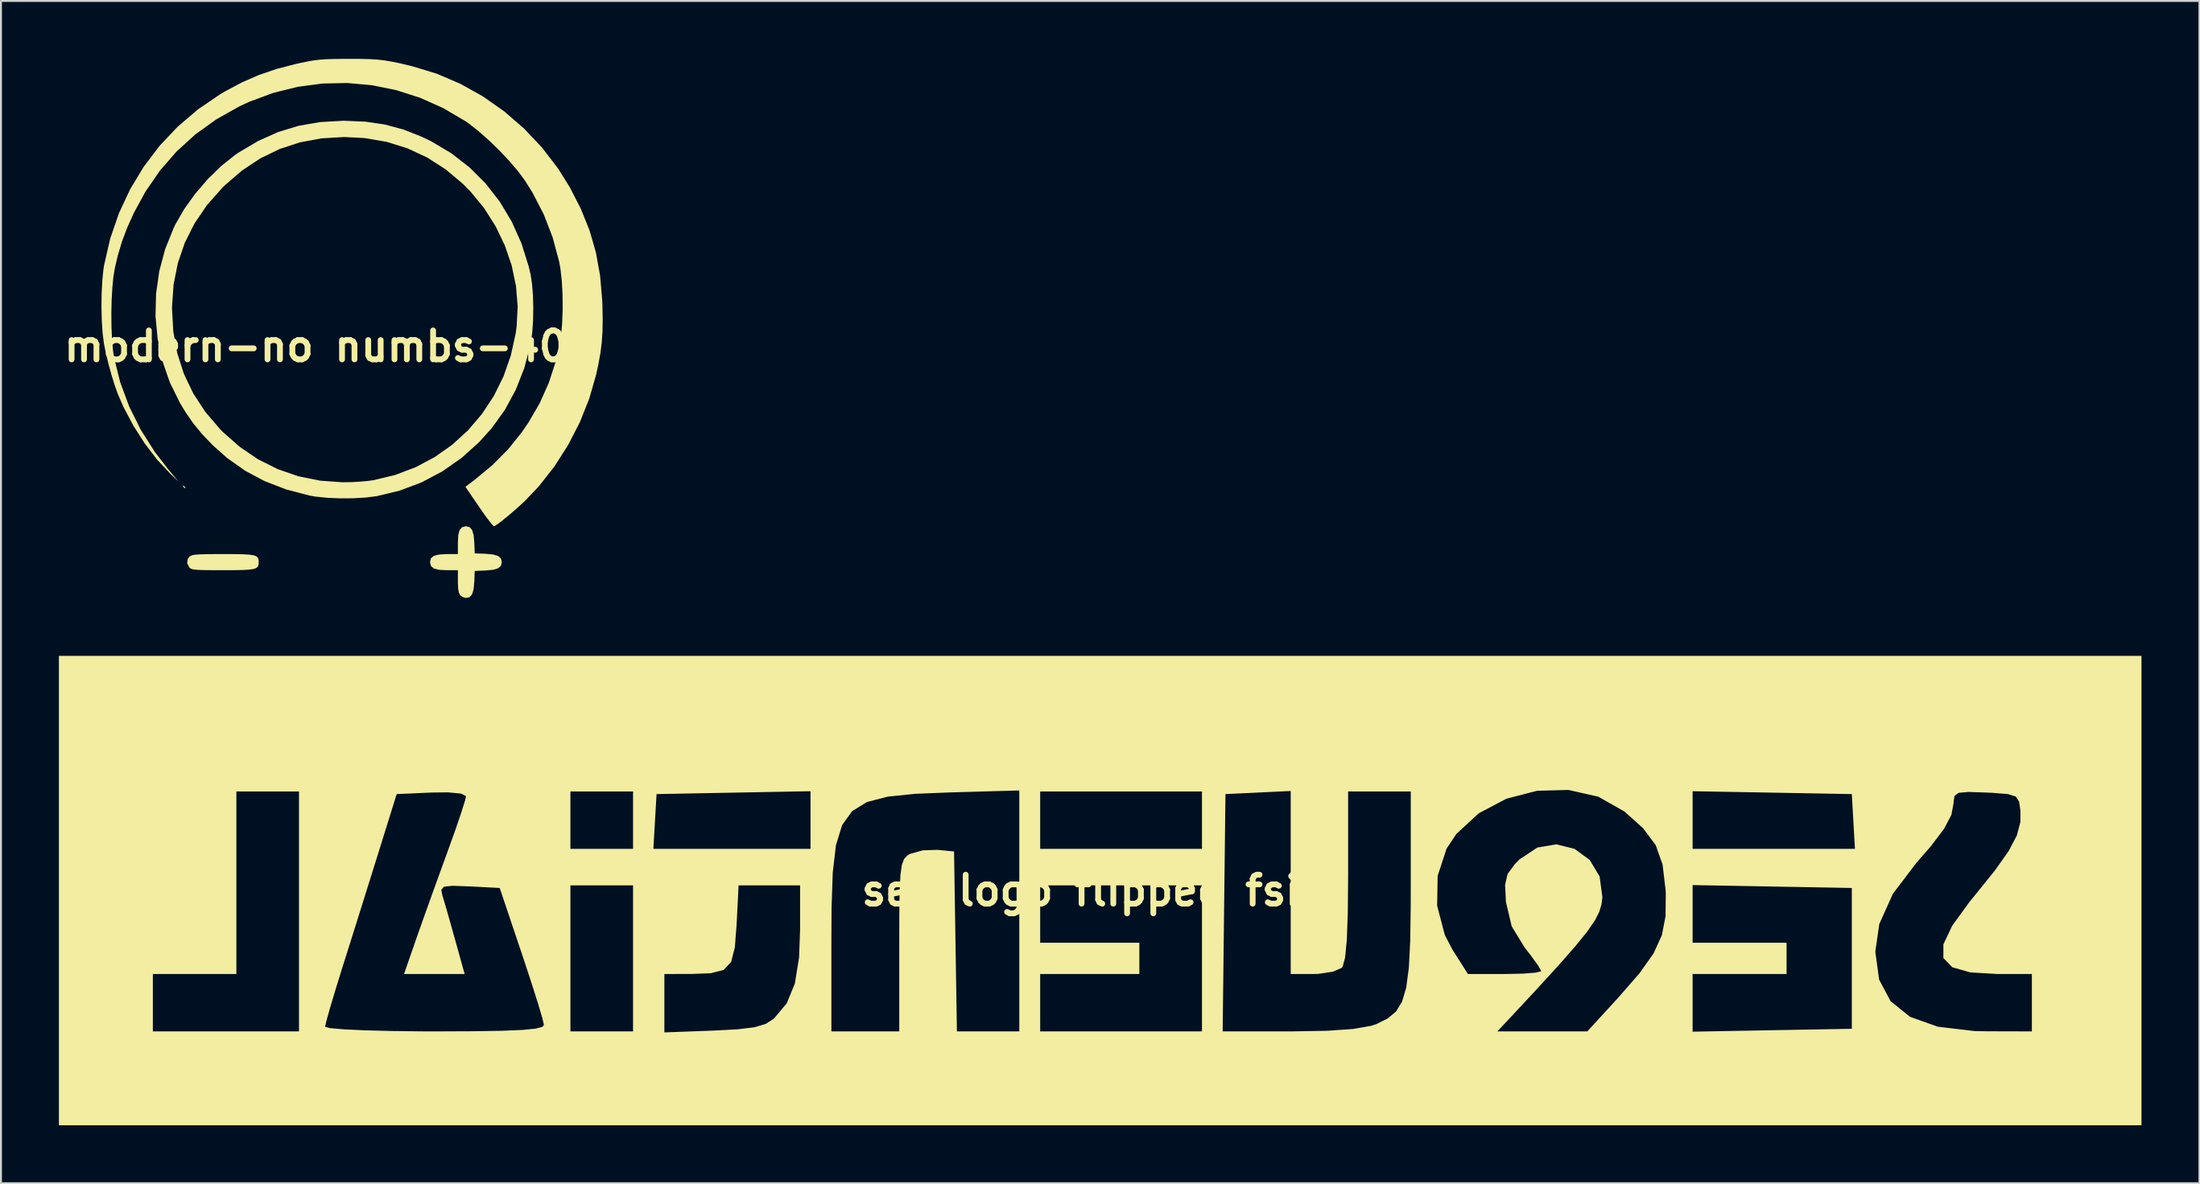
<source format=kicad_pcb>
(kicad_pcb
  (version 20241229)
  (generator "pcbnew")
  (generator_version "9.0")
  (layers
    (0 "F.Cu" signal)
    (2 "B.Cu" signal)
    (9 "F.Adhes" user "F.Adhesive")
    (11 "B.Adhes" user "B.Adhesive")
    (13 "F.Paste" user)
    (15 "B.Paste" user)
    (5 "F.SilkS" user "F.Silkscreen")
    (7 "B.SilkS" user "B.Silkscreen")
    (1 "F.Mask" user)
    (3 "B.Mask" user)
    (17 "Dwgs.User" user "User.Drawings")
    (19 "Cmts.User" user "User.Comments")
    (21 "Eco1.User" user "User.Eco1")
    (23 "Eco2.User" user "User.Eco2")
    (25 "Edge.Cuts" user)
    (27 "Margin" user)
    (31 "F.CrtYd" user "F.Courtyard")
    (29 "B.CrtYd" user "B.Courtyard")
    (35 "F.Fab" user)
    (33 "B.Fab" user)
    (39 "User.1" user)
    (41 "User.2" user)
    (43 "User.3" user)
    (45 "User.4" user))
  (footprint "seq logo flipped fsilk"
    (layer "F.Cu")
    (at 53.907 43.091)
    (property "Reference" "seq logo flipped fsilk" (at 0 0 0) (layer "F.SilkS") (effects (font (size 1.5 1.5) (thickness 0.3))))
    (attr board_only exclude_from_pos_files exclude_from_bom)
    (fp_poly (pts (xy 53.907 0) (xy 53.907 12.16) (xy -0.000001 12.16) (xy -53.907 12.16) (xy -53.907 4.323) (xy -49.044 4.323) (xy -49.044 5.81) (xy -49.044 7.296) (xy -45.261 7.296) (xy -41.478 7.296) (xy -41.478 7.056) (xy -40.127 7.056) (xy -39.869 7.127) (xy -39.15 7.19) (xy -38.047 7.241) (xy -36.639 7.277) (xy -35.003 7.295) (xy -34.452 7.296) (xy -32.468 7.288) (xy -30.971 7.264) (xy -29.909 7.22) (xy -29.228 7.153) (xy -28.877 7.059) (xy -28.796 6.958) (xy -28.886 6.587) (xy -29.117 5.811) (xy -29.457 4.739) (xy -29.86 3.513) (xy -27.427 3.513) (xy -27.427 7.296) (xy -25.805 7.296) (xy -24.184 7.296) (xy -24.184 4.323) (xy -22.563 4.323) (xy -22.563 5.836) (xy -22.563 7.348) (xy -20.024 7.254) (xy -18.746 7.186) (xy -17.884 7.079) (xy -17.312 6.906) (xy -16.905 6.643) (xy -16.879 6.62) (xy -16.229 5.841) (xy -15.808 4.82) (xy -15.588 3.457) (xy -15.555 2.54) (xy -13.916 2.54) (xy -13.916 7.296) (xy -12.16 7.296) (xy -10.403 7.296) (xy -10.403 2.847) (xy -10.4 1.197) (xy -10.382 0.006) (xy -10.342 -0.809) (xy -10.268 -1.33) (xy -10.152 -1.638) (xy -9.984 -1.817) (xy -9.85 -1.898) (xy -9.184 -2.086) (xy -8.432 -2.11) (xy -7.566 -2.027) (xy -7.492 2.635) (xy -7.418 7.296) (xy -5.803 7.296) (xy -4.188 7.296) (xy -4.188 1.216) (xy -3.107 1.216) (xy -3.107 2.702) (xy -0.54 2.702) (xy 2.027 2.702) (xy 2.027 3.513) (xy 2.027 4.323) (xy -0.54 4.323) (xy -3.107 4.323) (xy -3.107 5.81) (xy -3.107 7.296) (xy 1.081 7.296) (xy 5.269 7.296) (xy 6.34 7.296) (xy 9.866 7.296) (xy 11.727 7.265) (xy 13.099 7.17) (xy 14.028 7.007) (xy 14.312 6.912) (xy 14.88 6.628) (xy 15.313 6.267) (xy 15.628 5.755) (xy 15.844 5.021) (xy 15.979 3.993) (xy 16.05 2.598) (xy 16.076 0.783) (xy 17.443 0.783) (xy 17.84 2.298) (xy 18.233 3.055) (xy 19.038 4.323) (xy 20.936 4.323) (xy 21.87 4.304) (xy 22.547 4.252) (xy 22.831 4.179) (xy 22.833 4.172) (xy 22.678 3.893) (xy 22.282 3.345) (xy 21.983 2.964) (xy 21.305 1.859) (xy 21.009 0.606) (xy 21.004 0.561) (xy 20.961 -0.293) (xy 21.087 -0.855) (xy 21.462 -1.365) (xy 21.698 -1.609) (xy 22.631 -2.23) (xy 23.621 -2.395) (xy 24.559 -2.161) (xy 25.34 -1.588) (xy 25.855 -0.732) (xy 25.998 0.347) (xy 25.952 0.708) (xy 25.836 1.103) (xy 25.603 1.559) (xy 25.206 2.133) (xy 24.6 2.881) (xy 23.742 3.86) (xy 22.584 5.127) (xy 21.509 6.282) (xy 20.562 7.296) (xy 22.889 7.296) (xy 25.217 7.296) (xy 26.837 5.528) (xy 27.919 4.284) (xy 28.647 3.257) (xy 29.077 2.314) (xy 29.269 1.323) (xy 29.27 1.209) (xy 30.669 1.209) (xy 30.669 2.702) (xy 33.101 2.702) (xy 35.533 2.702) (xy 35.533 3.513) (xy 35.533 4.323) (xy 33.101 4.323) (xy 30.669 4.323) (xy 30.669 5.817) (xy 30.669 7.31) (xy 34.79 7.235) (xy 38.911 7.161) (xy 38.911 3.513) (xy 38.911 3.164) (xy 40.128 3.164) (xy 40.323 4.608) (xy 40.917 5.73) (xy 41.925 6.541) (xy 43.363 7.053) (xy 45.247 7.277) (xy 45.869 7.29) (xy 48.233 7.296) (xy 48.233 5.81) (xy 48.233 4.323) (xy 46.459 4.323) (xy 45.047 4.24) (xy 44.114 3.972) (xy 43.651 3.495) (xy 43.652 2.785) (xy 44.11 1.817) (xy 45.018 0.566) (xy 45.276 0.252) (xy 46.32 -1.043) (xy 47.03 -2.048) (xy 47.452 -2.852) (xy 47.637 -3.547) (xy 47.641 -4.138) (xy 47.573 -4.608) (xy 47.399 -4.873) (xy 46.988 -5.001) (xy 46.209 -5.063) (xy 45.869 -5.079) (xy 44.947 -5.11) (xy 44.442 -5.065) (xy 44.227 -4.904) (xy 44.18 -4.586) (xy 44.18 -4.532) (xy 44.066 -3.924) (xy 43.69 -3.206) (xy 42.996 -2.288) (xy 42.26 -1.445) (xy 41.037 0.166) (xy 40.333 1.734) (xy 40.128 3.164) (xy 38.911 3.164) (xy 38.911 -0.135) (xy 34.79 -0.21) (xy 30.669 -0.284) (xy 30.669 1.209) (xy 29.27 1.209) (xy 29.28 0.152) (xy 29.271 -0.025) (xy 29.115 -1.347) (xy 28.758 -2.355) (xy 28.101 -3.234) (xy 27.632 -3.655) (xy 30.669 -3.655) (xy 30.669 -2.162) (xy 34.872 -2.162) (xy 39.074 -2.162) (xy 38.992 -3.58) (xy 38.911 -4.999) (xy 34.79 -5.074) (xy 30.669 -5.148) (xy 30.669 -3.655) (xy 27.632 -3.655) (xy 27.136 -4.1) (xy 25.786 -4.865) (xy 24.241 -5.214) (xy 22.617 -5.171) (xy 21.03 -4.76) (xy 19.598 -4.005) (xy 18.437 -2.932) (xy 17.929 -2.166) (xy 17.47 -0.761) (xy 17.443 0.783) (xy 16.076 0.783) (xy 16.076 0.765) (xy 16.078 -0.122) (xy 16.078 -5.134) (xy 14.456 -5.134) (xy 12.835 -5.134) (xy 12.835 -0.73) (xy 12.818 1.167) (xy 12.767 2.557) (xy 12.678 3.472) (xy 12.55 3.945) (xy 12.511 3.999) (xy 12.053 4.201) (xy 11.301 4.315) (xy 11.025 4.323) (xy 9.863 4.323) (xy 9.863 -0.418) (xy 9.863 -5.16) (xy 8.174 -5.079) (xy 6.485 -4.999) (xy 6.412 1.148) (xy 6.34 7.296) (xy 5.269 7.296) (xy 5.269 3.513) (xy 5.269 -0.27) (xy 1.081 -0.27) (xy -3.107 -0.27) (xy -3.107 1.216) (xy -4.188 1.216) (xy -4.188 1.054) (xy -4.188 -3.648) (xy -3.107 -3.648) (xy -3.107 -2.162) (xy 1.081 -2.162) (xy 5.269 -2.162) (xy 5.269 -3.648) (xy 5.269 -5.134) (xy 1.081 -5.134) (xy -3.107 -5.134) (xy -3.107 -3.648) (xy -4.188 -3.648) (xy -4.188 -5.187) (xy -7.769 -5.086) (xy -9.583 -5.013) (xy -11.001 -4.867) (xy -12.071 -4.589) (xy -12.841 -4.118) (xy -13.361 -3.392) (xy -13.68 -2.351) (xy -13.846 -0.935) (xy -13.908 0.917) (xy -13.916 2.54) (xy -15.555 2.54) (xy -15.537 2.035) (xy -15.537 -0.27) (xy -17.129 -0.27) (xy -18.721 -0.27) (xy -18.824 1.77) (xy -18.916 2.956) (xy -19.109 3.703) (xy -19.494 4.112) (xy -20.165 4.284) (xy -21.144 4.319) (xy -22.563 4.323) (xy -24.184 4.323) (xy -24.184 3.513) (xy -24.184 -0.27) (xy -25.805 -0.27) (xy -27.427 -0.27) (xy -27.427 3.513) (xy -29.86 3.513) (xy -29.872 3.477) (xy -29.951 3.243) (xy -31.087 -0.135) (xy -32.657 -0.217) (xy -33.531 -0.248) (xy -33.979 -0.199) (xy -34.112 -0.035) (xy -34.06 0.229) (xy -33.904 0.753) (xy -33.659 1.608) (xy -33.398 2.54) (xy -32.903 4.323) (xy -34.472 4.323) (xy -36.041 4.323) (xy -35.408 2.499) (xy -35.025 1.413) (xy -34.536 0.048) (xy -34.023 -1.37) (xy -33.803 -1.972) (xy -33.399 -3.097) (xy -33.211 -3.648) (xy -27.427 -3.648) (xy -27.427 -2.162) (xy -25.805 -2.162) (xy -24.184 -2.162) (xy -23.131 -2.162) (xy -19.064 -2.162) (xy -14.997 -2.162) (xy -14.997 -3.655) (xy -14.997 -5.148) (xy -18.982 -5.074) (xy -22.968 -4.999) (xy -23.05 -3.58) (xy -23.131 -2.162) (xy -24.184 -2.162) (xy -24.184 -3.648) (xy -24.184 -5.134) (xy -25.805 -5.134) (xy -27.427 -5.134) (xy -27.427 -3.648) (xy -33.211 -3.648) (xy -33.077 -4.04) (xy -32.877 -4.681) (xy -32.831 -4.89) (xy -33.082 -5.025) (xy -33.769 -5.089) (xy -34.626 -5.079) (xy -36.421 -4.999) (xy -37.347 -2.027) (xy -37.85 -0.415) (xy -38.422 1.41) (xy -38.97 3.153) (xy -39.2 3.881) (xy -39.569 5.07) (xy -39.869 6.073) (xy -40.065 6.775) (xy -40.127 7.056) (xy -41.478 7.056) (xy -41.478 1.081) (xy -41.478 -5.134) (xy -43.099 -5.134) (xy -44.72 -5.134) (xy -44.72 -0.405) (xy -44.72 4.323) (xy -46.882 4.323) (xy -49.044 4.323) (xy -53.907 4.323) (xy -53.907 0) (xy -53.907 -12.16) (xy -0.000001 -12.16) (xy 53.907 -12.16)) (stroke (width 0) (type solid)) (fill yes) (layer "F.SilkS")))
  (footprint "modern-no numbs-40"
    (layer "F.Cu")
    (at 13.3 14.891)
    (property "Reference" "modern-no numbs-40" (at 0 0 0) (layer "F.SilkS") (effects (font (size 1.5 1.5) (thickness 0.3))))
    (attr board_only exclude_from_pos_files exclude_from_bom)
    (fp_poly (pts (xy -6.836 7.234) (xy -6.755 7.304) (xy -6.748 7.321) (xy -6.784 7.352) (xy -6.859 7.283) (xy -6.869 7.267) (xy -6.878 7.215)) (stroke (width 0) (type solid)) (fill yes) (layer "F.SilkS"))
    (fp_poly (pts (xy -4.22 10.768) (xy -3.779 10.776) (xy -3.455 10.795) (xy -3.228 10.827) (xy -3.083 10.878) (xy -3.002 10.951) (xy -2.965 11.051) (xy -2.957 11.181) (xy -2.957 11.184) (xy -2.965 11.314) (xy -3 11.413) (xy -3.08 11.487) (xy -3.223 11.538) (xy -3.445 11.571) (xy -3.766 11.59) (xy -4.202 11.599) (xy -4.771 11.601) (xy -4.808 11.601) (xy -5.347 11.6) (xy -5.755 11.596) (xy -6.052 11.587) (xy -6.258 11.572) (xy -6.394 11.548) (xy -6.48 11.516) (xy -6.537 11.472) (xy -6.547 11.462) (xy -6.66 11.245) (xy -6.634 11.026) (xy -6.534 10.892) (xy -6.469 10.85) (xy -6.369 10.818) (xy -6.213 10.795) (xy -5.981 10.78) (xy -5.652 10.771) (xy -5.207 10.767) (xy -4.795 10.767)) (stroke (width 0) (type solid)) (fill yes) (layer "F.SilkS"))
    (fp_poly (pts (xy 7.968 9.373) (xy 8.094 9.525) (xy 8.171 9.795) (xy 8.204 10.162) (xy 8.227 10.729) (xy 8.793 10.751) (xy 9.184 10.788) (xy 9.442 10.867) (xy 9.585 10.996) (xy 9.629 11.184) (xy 9.585 11.372) (xy 9.441 11.501) (xy 9.182 11.579) (xy 8.793 11.616) (xy 8.227 11.639) (xy 8.204 12.205) (xy 8.167 12.596) (xy 8.088 12.854) (xy 7.959 12.997) (xy 7.772 13.041) (xy 7.591 12.987) (xy 7.48 12.903) (xy 7.409 12.776) (xy 7.369 12.57) (xy 7.355 12.252) (xy 7.355 12.182) (xy 7.355 11.601) (xy 6.76 11.601) (xy 6.373 11.581) (xy 6.116 11.516) (xy 5.969 11.396) (xy 5.915 11.213) (xy 5.914 11.17) (xy 5.959 10.984) (xy 6.106 10.859) (xy 6.368 10.789) (xy 6.76 10.767) (xy 6.773 10.767) (xy 7.355 10.767) (xy 7.355 10.172) (xy 7.374 9.785) (xy 7.439 9.528) (xy 7.559 9.381) (xy 7.743 9.327) (xy 7.785 9.326)) (stroke (width 0) (type solid)) (fill yes) (layer "F.SilkS"))
    (fp_poly (pts (xy 2.566 -11.637) (xy 3.571 -11.49) (xy 4.529 -11.233) (xy 5.479 -10.858) (xy 5.981 -10.614) (xy 7.019 -9.997) (xy 7.959 -9.265) (xy 8.796 -8.428) (xy 9.525 -7.49) (xy 10.142 -6.459) (xy 10.642 -5.342) (xy 11.018 -4.146) (xy 11.121 -3.706) (xy 11.195 -3.222) (xy 11.241 -2.637) (xy 11.258 -1.996) (xy 11.247 -1.347) (xy 11.207 -0.736) (xy 11.14 -0.211) (xy 11.114 -0.076) (xy 10.789 1.139) (xy 10.349 2.258) (xy 9.79 3.29) (xy 9.107 4.242) (xy 8.454 4.967) (xy 7.533 5.794) (xy 6.537 6.489) (xy 5.473 7.051) (xy 4.346 7.477) (xy 3.161 7.763) (xy 3.135 7.768) (xy 2.573 7.838) (xy 1.926 7.875) (xy 1.244 7.878) (xy 0.578 7.849) (xy -0.021 7.787) (xy -0.341 7.731) (xy -1.544 7.414) (xy -2.646 6.988) (xy -3.66 6.448) (xy -4.594 5.787) (xy -5.343 5.118) (xy -5.884 4.554) (xy -6.334 4.008) (xy -6.739 3.425) (xy -7.037 2.929) (xy -7.558 1.871) (xy -7.942 0.762) (xy -8.189 -0.385) (xy -8.299 -1.552) (xy -8.289 -1.971) (xy -7.445 -1.971) (xy -7.38 -0.779) (xy -7.175 0.354) (xy -6.83 1.428) (xy -6.346 2.441) (xy -5.723 3.396) (xy -4.96 4.291) (xy -4.817 4.437) (xy -3.936 5.214) (xy -2.986 5.858) (xy -1.972 6.366) (xy -0.901 6.735) (xy 0.22 6.962) (xy 1.384 7.046) (xy 1.412 7.046) (xy 1.852 7.038) (xy 2.316 7.012) (xy 2.738 6.972) (xy 2.978 6.938) (xy 4.106 6.668) (xy 5.168 6.265) (xy 6.156 5.74) (xy 7.063 5.1) (xy 7.88 4.353) (xy 8.6 3.508) (xy 9.215 2.574) (xy 9.717 1.559) (xy 10.097 0.471) (xy 10.349 -0.68) (xy 10.395 -1.009) (xy 10.45 -2.065) (xy 10.362 -3.132) (xy 10.138 -4.191) (xy 9.784 -5.227) (xy 9.306 -6.221) (xy 8.712 -7.158) (xy 8.007 -8.019) (xy 7.613 -8.417) (xy 6.717 -9.169) (xy 5.76 -9.783) (xy 4.742 -10.257) (xy 3.665 -10.592) (xy 2.531 -10.787) (xy 1.479 -10.842) (xy 0.299 -10.774) (xy -0.817 -10.567) (xy -1.874 -10.221) (xy -2.874 -9.735) (xy -3.818 -9.109) (xy -4.71 -8.34) (xy -4.855 -8.196) (xy -5.639 -7.308) (xy -6.281 -6.363) (xy -6.783 -5.363) (xy -7.144 -4.307) (xy -7.365 -3.194) (xy -7.445 -2.023) (xy -7.445 -1.971) (xy -8.289 -1.971) (xy -8.27 -2.727) (xy -8.104 -3.893) (xy -7.799 -5.036) (xy -7.355 -6.14) (xy -7.272 -6.312) (xy -6.812 -7.111) (xy -6.242 -7.905) (xy -5.593 -8.66) (xy -4.895 -9.342) (xy -4.178 -9.915) (xy -4.009 -10.031) (xy -2.986 -10.637) (xy -1.955 -11.099) (xy -0.894 -11.423) (xy 0.219 -11.616) (xy 1.405 -11.684) (xy 1.479 -11.684)) (stroke (width 0) (type solid)) (fill yes) (layer "F.SilkS"))
    (fp_poly (pts (xy 2.296 -14.889) (xy 2.774 -14.878) (xy 3.182 -14.854) (xy 3.559 -14.811) (xy 3.946 -14.746) (xy 4.384 -14.654) (xy 4.912 -14.529) (xy 4.966 -14.516) (xy 6.243 -14.129) (xy 7.475 -13.603) (xy 8.65 -12.947) (xy 9.756 -12.169) (xy 10.782 -11.28) (xy 11.717 -10.288) (xy 12.548 -9.201) (xy 13.151 -8.234) (xy 13.727 -7.108) (xy 14.175 -5.992) (xy 14.501 -4.854) (xy 14.716 -3.666) (xy 14.826 -2.394) (xy 14.837 -2.123) (xy 14.851 -1.391) (xy 14.841 -0.763) (xy 14.802 -0.192) (xy 14.731 0.367) (xy 14.622 0.963) (xy 14.51 1.477) (xy 14.155 2.715) (xy 13.667 3.937) (xy 13.06 5.118) (xy 12.347 6.233) (xy 11.544 7.257) (xy 10.83 8.008) (xy 10.552 8.266) (xy 10.251 8.533) (xy 9.949 8.789) (xy 9.67 9.016) (xy 9.438 9.193) (xy 9.277 9.301) (xy 9.22 9.325) (xy 9.151 9.264) (xy 9.015 9.099) (xy 8.826 8.849) (xy 8.603 8.537) (xy 8.441 8.302) (xy 7.745 7.281) (xy 8.213 6.926) (xy 9.143 6.155) (xy 9.949 5.343) (xy 10.66 4.458) (xy 11.013 3.943) (xy 11.593 2.942) (xy 12.059 1.899) (xy 12.423 0.782) (xy 12.601 0.049) (xy 12.693 -0.52) (xy 12.752 -1.192) (xy 12.779 -1.923) (xy 12.773 -2.669) (xy 12.735 -3.384) (xy 12.663 -4.024) (xy 12.601 -4.371) (xy 12.261 -5.64) (xy 11.803 -6.828) (xy 11.216 -7.964) (xy 10.836 -8.572) (xy 10.481 -9.054) (xy 10.03 -9.584) (xy 9.517 -10.13) (xy 8.973 -10.659) (xy 8.43 -11.14) (xy 7.923 -11.539) (xy 7.744 -11.663) (xy 6.598 -12.338) (xy 5.402 -12.874) (xy 4.167 -13.27) (xy 2.904 -13.526) (xy 1.625 -13.64) (xy 0.34 -13.613) (xy -0.94 -13.442) (xy -2.203 -13.129) (xy -3.438 -12.671) (xy -3.981 -12.418) (xy -5.163 -11.751) (xy -6.238 -10.977) (xy -7.207 -10.094) (xy -8.068 -9.105) (xy -8.822 -8.008) (xy -9.405 -6.938) (xy -9.754 -6.172) (xy -10.027 -5.452) (xy -10.249 -4.709) (xy -10.404 -4.056) (xy -10.48 -3.595) (xy -10.535 -3.02) (xy -10.571 -2.371) (xy -10.585 -1.686) (xy -10.578 -1.001) (xy -10.55 -0.355) (xy -10.5 0.214) (xy -10.445 0.586) (xy -10.127 1.864) (xy -9.664 3.114) (xy -9.063 4.325) (xy -8.33 5.482) (xy -7.614 6.407) (xy -7.101 7.013) (xy -7.539 6.596) (xy -8.21 5.88) (xy -8.85 5.046) (xy -9.436 4.129) (xy -9.948 3.163) (xy -10.247 2.481) (xy -10.411 2.023) (xy -10.582 1.469) (xy -10.745 0.873) (xy -10.883 0.29) (xy -10.97 -0.152) (xy -11.038 -0.682) (xy -11.08 -1.316) (xy -11.097 -2.007) (xy -11.089 -2.71) (xy -11.055 -3.379) (xy -10.997 -3.969) (xy -10.96 -4.208) (xy -10.644 -5.581) (xy -10.192 -6.894) (xy -9.612 -8.138) (xy -8.907 -9.306) (xy -8.085 -10.389) (xy -7.15 -11.379) (xy -6.108 -12.269) (xy -4.966 -13.049) (xy -4.701 -13.206) (xy -3.817 -13.676) (xy -2.941 -14.058) (xy -2.026 -14.37) (xy -1.023 -14.63) (xy -0.758 -14.688) (xy -0.404 -14.76) (xy -0.095 -14.812) (xy 0.206 -14.849) (xy 0.533 -14.872) (xy 0.923 -14.884) (xy 1.411 -14.89) (xy 1.706 -14.891)) (stroke (width 0) (type solid)) (fill yes) (layer "F.SilkS")))
  (gr_rect
    (start -3 -3)
    (end 110.815 58.251)
    (stroke (width 0.1) (type default))
    (fill no)
    (layer "Edge.Cuts")))
</source>
